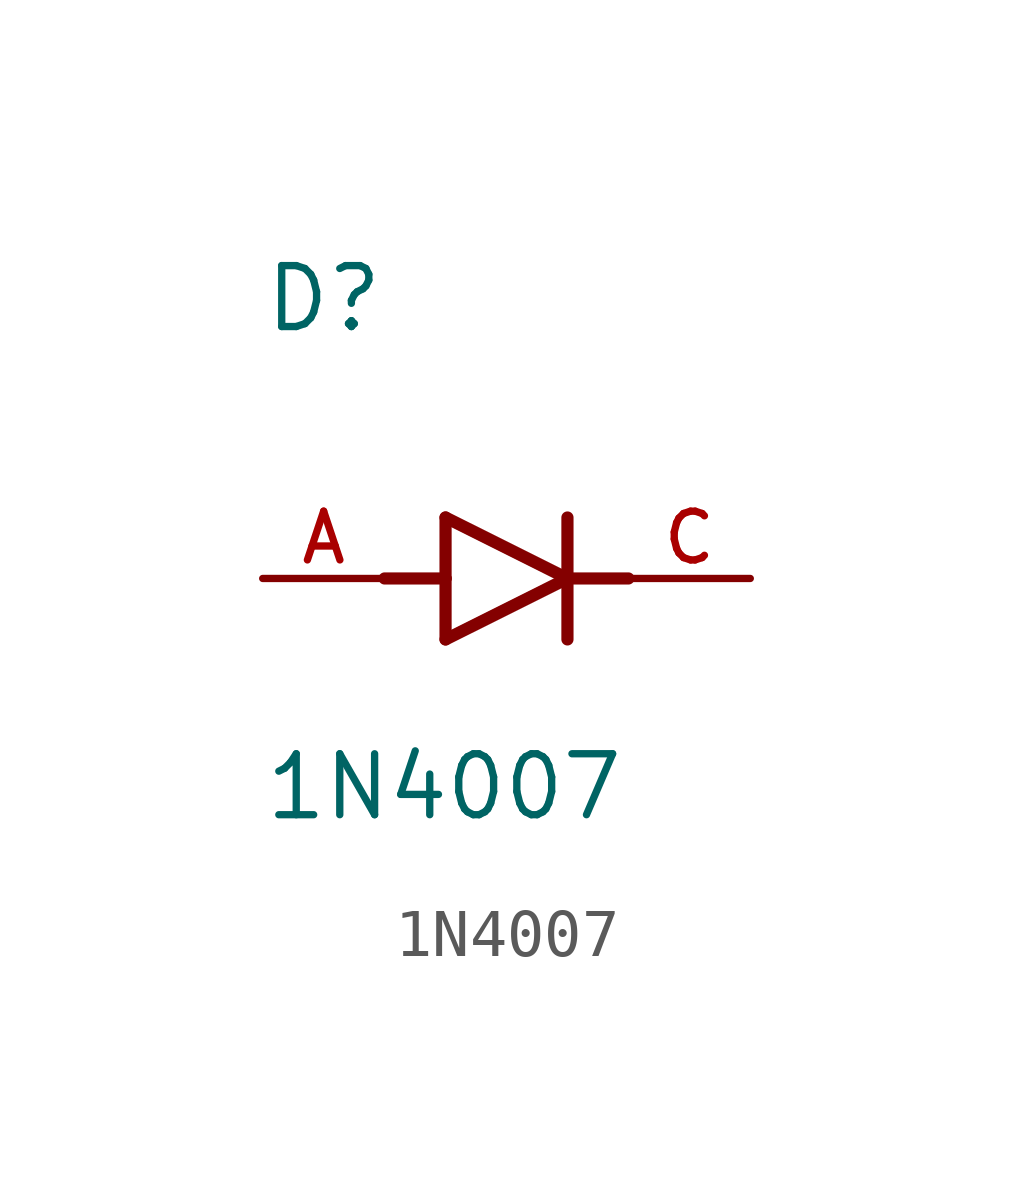
<source format=kicad_sym>
(kicad_symbol_lib
  (version 20211014)
  (generator kicad_symbol_editor)
  (symbol "1N4007"
    (pin_names
      (offset 1.016))
    (property "Reference" "D"
      (at -5.086 5.086 0)
      (effects (font (size 1.27 1.27)) (justify bottom left)))
    (property "Value" "1N4007"
      (at -5.086 -5.086 0)
      (effects (font (size 1.27 1.27)) (justify bottom left)))
    (symbol "1N4007_0_0"
      (polyline (pts (xy -1.27 -1.27) (xy 1.27 0.0)) (stroke (width 0.254)))
      (polyline (pts (xy 1.27 0.0) (xy -1.27 1.27)) (stroke (width 0.254)))
      (polyline (pts (xy 1.27 1.27) (xy 1.27 0.0)) (stroke (width 0.254)))
      (polyline (pts (xy -1.27 1.27) (xy -1.27 0.0)) (stroke (width 0.254)))
      (polyline (pts (xy -1.27 0.0) (xy -1.27 -1.27)) (stroke (width 0.254)))
      (polyline (pts (xy 1.27 0.0) (xy 1.27 -1.27)) (stroke (width 0.254)))
      (polyline (pts (xy -2.54 0.0) (xy -1.27 0.0)) (stroke (width 0.254)))
      (polyline (pts (xy 1.27 0.0) (xy 2.54 0.0)) (stroke (width 0.254)))
      (pin passive line (at -5.08 0.0 0) (length 2.54) (name "~" (effects (font (size 1.016 1.016)))) (number "A" (effects (font (size 1.016 1.016)))))
      (pin passive line (at 5.08 0.0 180.0) (length 2.54) (name "~" (effects (font (size 1.016 1.016)))) (number "C" (effects (font (size 1.016 1.016))))))))
</source>
